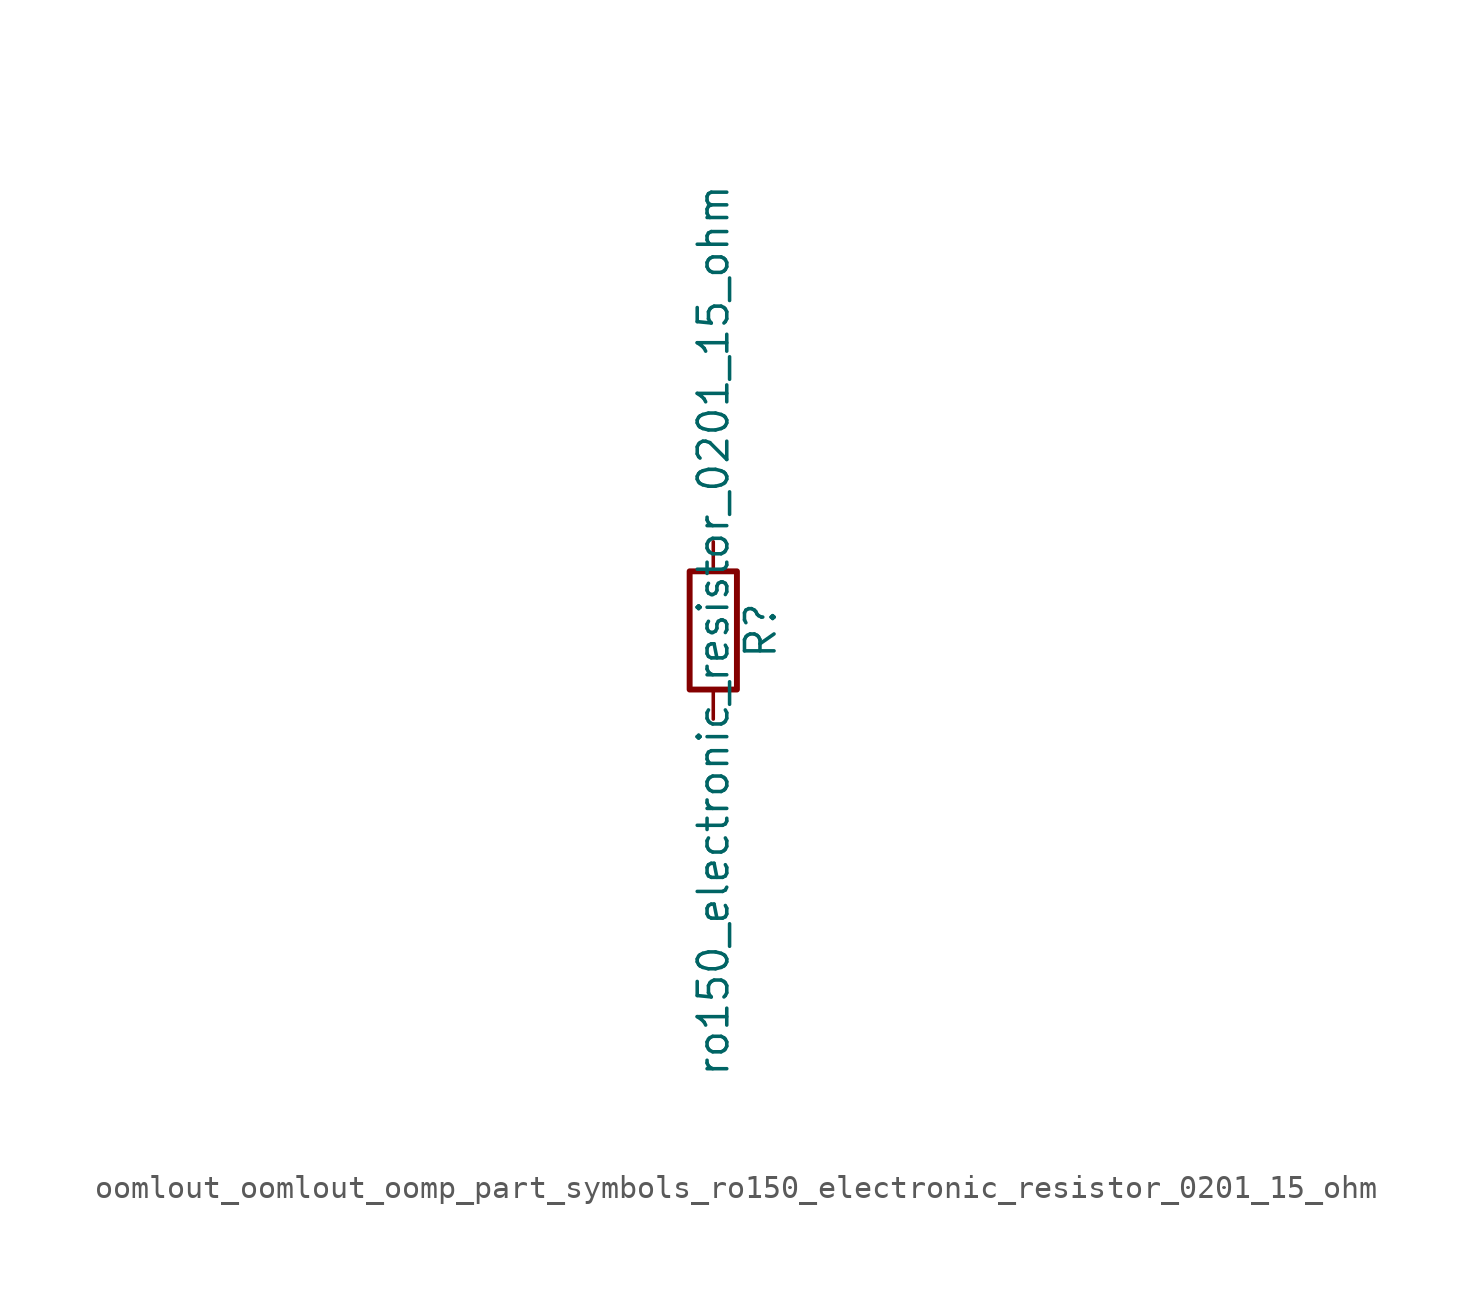
<source format=kicad_sym>
(kicad_symbol_lib
  (version 20220914)
  (generator kicad_symbol_editor)
  (symbol "oomlout_oomlout_oomp_part_symbols_ro150_electronic_resistor_0201_15_ohm"
    (pin_numbers hide)
    (pin_names
      (offset 0))
    (property "Reference" "R"
      (at 2.032 0 90)
      (effects (font (size 1.27 1.27))))
    (property "Value" "ro150_electronic_resistor_0201_15_ohm"
      (at 0 0 90)
      (effects (font (size 1.27 1.27))))
    (symbol "oomlout_oomlout_oomp_part_symbols_ro150_electronic_resistor_0201_15_ohm_0_1"
      (rectangle (start -1.016 -2.54) (end 1.016 2.54) (stroke (width 0.254) (type default)) (fill (type none))))
    (symbol "oomlout_oomlout_oomp_part_symbols_ro150_electronic_resistor_0201_15_ohm_1_1"
      (pin passive line (at 0 3.81 270) (length 1.27) (name "~" (effects (font (size 1.27 1.27)))) (number "1" (effects (font (size 1.27 1.27)))))
      (pin passive line (at 0 -3.81 90) (length 1.27) (name "~" (effects (font (size 1.27 1.27)))) (number "2" (effects (font (size 1.27 1.27))))))))
</source>
